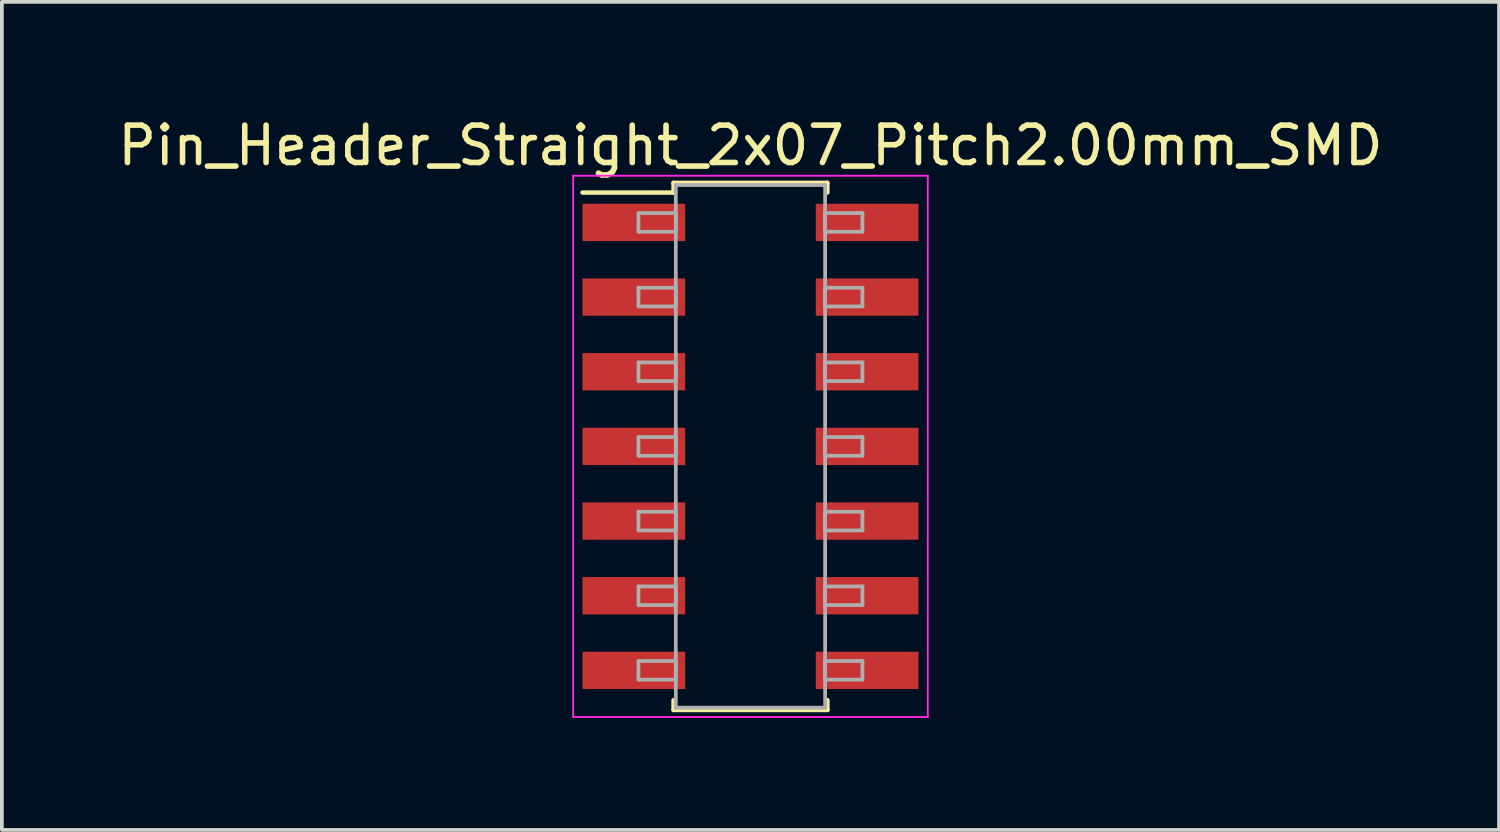
<source format=kicad_pcb>
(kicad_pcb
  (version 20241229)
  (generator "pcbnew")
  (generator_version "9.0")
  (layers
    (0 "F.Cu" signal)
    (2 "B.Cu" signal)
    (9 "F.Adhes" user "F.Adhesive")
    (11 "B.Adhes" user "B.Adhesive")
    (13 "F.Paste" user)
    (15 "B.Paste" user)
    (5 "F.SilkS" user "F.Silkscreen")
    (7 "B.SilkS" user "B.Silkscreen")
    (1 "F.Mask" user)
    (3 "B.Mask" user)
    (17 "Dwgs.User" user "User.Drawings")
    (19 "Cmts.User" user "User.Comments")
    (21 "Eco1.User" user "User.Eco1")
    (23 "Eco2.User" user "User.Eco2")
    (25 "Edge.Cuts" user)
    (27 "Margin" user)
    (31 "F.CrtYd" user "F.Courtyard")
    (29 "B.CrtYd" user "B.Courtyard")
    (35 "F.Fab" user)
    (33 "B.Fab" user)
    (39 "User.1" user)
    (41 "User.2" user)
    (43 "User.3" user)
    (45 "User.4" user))
  (footprint "Pin_Header_Straight_2x07_Pitch2.00mm_SMD"
    (layer "F.Cu")
    (at 17.054 8.908)
    (property "Reference" "Pin_Header_Straight_2x07_Pitch2.00mm_SMD" (at 0 -8.06 0) (layer "F.SilkS") (effects (font (size 1 1) (thickness 0.15))))
    (attr smd)
    (fp_line (start -4.5 -6.8) (end -2.06 -6.8) (stroke (width 0.12) (type solid)) (layer "F.SilkS"))
    (fp_line (start -2.06 -7.06) (end 2.06 -7.06) (stroke (width 0.12) (type solid)) (layer "F.SilkS"))
    (fp_line (start -2.06 -6.8) (end -2.06 -7.06) (stroke (width 0.12) (type solid)) (layer "F.SilkS"))
    (fp_line (start -2.06 6.8) (end -2.06 7.06) (stroke (width 0.12) (type solid)) (layer "F.SilkS"))
    (fp_line (start -2.06 7.06) (end 2.06 7.06) (stroke (width 0.12) (type solid)) (layer "F.SilkS"))
    (fp_line (start 2.06 -7.06) (end 2.06 -6.8) (stroke (width 0.12) (type solid)) (layer "F.SilkS"))
    (fp_line (start 2.06 7.06) (end 2.06 6.8) (stroke (width 0.12) (type solid)) (layer "F.SilkS"))
    (fp_line (start -4.75 -7.25) (end -4.75 7.25) (stroke (width 0.05) (type solid)) (layer "F.CrtYd"))
    (fp_line (start -4.75 7.25) (end 4.75 7.25) (stroke (width 0.05) (type solid)) (layer "F.CrtYd"))
    (fp_line (start 4.75 -7.25) (end -4.75 -7.25) (stroke (width 0.05) (type solid)) (layer "F.CrtYd"))
    (fp_line (start 4.75 7.25) (end 4.75 -7.25) (stroke (width 0.05) (type solid)) (layer "F.CrtYd"))
    (fp_line (start -3 -6.25) (end -2 -6.25) (stroke (width 0.1) (type solid)) (layer "F.Fab"))
    (fp_line (start -3 -5.75) (end -3 -6.25) (stroke (width 0.1) (type solid)) (layer "F.Fab"))
    (fp_line (start -3 -4.25) (end -2 -4.25) (stroke (width 0.1) (type solid)) (layer "F.Fab"))
    (fp_line (start -3 -3.75) (end -3 -4.25) (stroke (width 0.1) (type solid)) (layer "F.Fab"))
    (fp_line (start -3 -2.25) (end -2 -2.25) (stroke (width 0.1) (type solid)) (layer "F.Fab"))
    (fp_line (start -3 -1.75) (end -3 -2.25) (stroke (width 0.1) (type solid)) (layer "F.Fab"))
    (fp_line (start -3 -0.25) (end -2 -0.25) (stroke (width 0.1) (type solid)) (layer "F.Fab"))
    (fp_line (start -3 0.25) (end -3 -0.25) (stroke (width 0.1) (type solid)) (layer "F.Fab"))
    (fp_line (start -3 1.75) (end -2 1.75) (stroke (width 0.1) (type solid)) (layer "F.Fab"))
    (fp_line (start -3 2.25) (end -3 1.75) (stroke (width 0.1) (type solid)) (layer "F.Fab"))
    (fp_line (start -3 3.75) (end -2 3.75) (stroke (width 0.1) (type solid)) (layer "F.Fab"))
    (fp_line (start -3 4.25) (end -3 3.75) (stroke (width 0.1) (type solid)) (layer "F.Fab"))
    (fp_line (start -3 5.75) (end -2 5.75) (stroke (width 0.1) (type solid)) (layer "F.Fab"))
    (fp_line (start -3 6.25) (end -3 5.75) (stroke (width 0.1) (type solid)) (layer "F.Fab"))
    (fp_line (start -2 -7) (end -2 7) (stroke (width 0.1) (type solid)) (layer "F.Fab"))
    (fp_line (start -2 -6.25) (end -2 -5.75) (stroke (width 0.1) (type solid)) (layer "F.Fab"))
    (fp_line (start -2 -5.75) (end -3 -5.75) (stroke (width 0.1) (type solid)) (layer "F.Fab"))
    (fp_line (start -2 -4.25) (end -2 -3.75) (stroke (width 0.1) (type solid)) (layer "F.Fab"))
    (fp_line (start -2 -3.75) (end -3 -3.75) (stroke (width 0.1) (type solid)) (layer "F.Fab"))
    (fp_line (start -2 -2.25) (end -2 -1.75) (stroke (width 0.1) (type solid)) (layer "F.Fab"))
    (fp_line (start -2 -1.75) (end -3 -1.75) (stroke (width 0.1) (type solid)) (layer "F.Fab"))
    (fp_line (start -2 -0.25) (end -2 0.25) (stroke (width 0.1) (type solid)) (layer "F.Fab"))
    (fp_line (start -2 0.25) (end -3 0.25) (stroke (width 0.1) (type solid)) (layer "F.Fab"))
    (fp_line (start -2 1.75) (end -2 2.25) (stroke (width 0.1) (type solid)) (layer "F.Fab"))
    (fp_line (start -2 2.25) (end -3 2.25) (stroke (width 0.1) (type solid)) (layer "F.Fab"))
    (fp_line (start -2 3.75) (end -2 4.25) (stroke (width 0.1) (type solid)) (layer "F.Fab"))
    (fp_line (start -2 4.25) (end -3 4.25) (stroke (width 0.1) (type solid)) (layer "F.Fab"))
    (fp_line (start -2 5.75) (end -2 6.25) (stroke (width 0.1) (type solid)) (layer "F.Fab"))
    (fp_line (start -2 6.25) (end -3 6.25) (stroke (width 0.1) (type solid)) (layer "F.Fab"))
    (fp_line (start -2 7) (end 2 7) (stroke (width 0.1) (type solid)) (layer "F.Fab"))
    (fp_line (start 2 -7) (end -2 -7) (stroke (width 0.1) (type solid)) (layer "F.Fab"))
    (fp_line (start 2 -6.25) (end 2 -5.75) (stroke (width 0.1) (type solid)) (layer "F.Fab"))
    (fp_line (start 2 -5.75) (end 3 -5.75) (stroke (width 0.1) (type solid)) (layer "F.Fab"))
    (fp_line (start 2 -4.25) (end 2 -3.75) (stroke (width 0.1) (type solid)) (layer "F.Fab"))
    (fp_line (start 2 -3.75) (end 3 -3.75) (stroke (width 0.1) (type solid)) (layer "F.Fab"))
    (fp_line (start 2 -2.25) (end 2 -1.75) (stroke (width 0.1) (type solid)) (layer "F.Fab"))
    (fp_line (start 2 -1.75) (end 3 -1.75) (stroke (width 0.1) (type solid)) (layer "F.Fab"))
    (fp_line (start 2 -0.25) (end 2 0.25) (stroke (width 0.1) (type solid)) (layer "F.Fab"))
    (fp_line (start 2 0.25) (end 3 0.25) (stroke (width 0.1) (type solid)) (layer "F.Fab"))
    (fp_line (start 2 1.75) (end 2 2.25) (stroke (width 0.1) (type solid)) (layer "F.Fab"))
    (fp_line (start 2 2.25) (end 3 2.25) (stroke (width 0.1) (type solid)) (layer "F.Fab"))
    (fp_line (start 2 3.75) (end 2 4.25) (stroke (width 0.1) (type solid)) (layer "F.Fab"))
    (fp_line (start 2 4.25) (end 3 4.25) (stroke (width 0.1) (type solid)) (layer "F.Fab"))
    (fp_line (start 2 5.75) (end 2 6.25) (stroke (width 0.1) (type solid)) (layer "F.Fab"))
    (fp_line (start 2 6.25) (end 3 6.25) (stroke (width 0.1) (type solid)) (layer "F.Fab"))
    (fp_line (start 2 7) (end 2 -7) (stroke (width 0.1) (type solid)) (layer "F.Fab"))
    (fp_line (start 3 -6.25) (end 2 -6.25) (stroke (width 0.1) (type solid)) (layer "F.Fab"))
    (fp_line (start 3 -5.75) (end 3 -6.25) (stroke (width 0.1) (type solid)) (layer "F.Fab"))
    (fp_line (start 3 -4.25) (end 2 -4.25) (stroke (width 0.1) (type solid)) (layer "F.Fab"))
    (fp_line (start 3 -3.75) (end 3 -4.25) (stroke (width 0.1) (type solid)) (layer "F.Fab"))
    (fp_line (start 3 -2.25) (end 2 -2.25) (stroke (width 0.1) (type solid)) (layer "F.Fab"))
    (fp_line (start 3 -1.75) (end 3 -2.25) (stroke (width 0.1) (type solid)) (layer "F.Fab"))
    (fp_line (start 3 -0.25) (end 2 -0.25) (stroke (width 0.1) (type solid)) (layer "F.Fab"))
    (fp_line (start 3 0.25) (end 3 -0.25) (stroke (width 0.1) (type solid)) (layer "F.Fab"))
    (fp_line (start 3 1.75) (end 2 1.75) (stroke (width 0.1) (type solid)) (layer "F.Fab"))
    (fp_line (start 3 2.25) (end 3 1.75) (stroke (width 0.1) (type solid)) (layer "F.Fab"))
    (fp_line (start 3 3.75) (end 2 3.75) (stroke (width 0.1) (type solid)) (layer "F.Fab"))
    (fp_line (start 3 4.25) (end 3 3.75) (stroke (width 0.1) (type solid)) (layer "F.Fab"))
    (fp_line (start 3 5.75) (end 2 5.75) (stroke (width 0.1) (type solid)) (layer "F.Fab"))
    (fp_line (start 3 6.25) (end 3 5.75) (stroke (width 0.1) (type solid)) (layer "F.Fab"))
    (pad "1" smd rect (at -3.125 -6) (size 2.75 1) (layers "F.Cu" "F.Mask"))
    (pad "2" smd rect (at 3.125 -6) (size 2.75 1) (layers "F.Cu" "F.Mask"))
    (pad "3" smd rect (at -3.125 -4) (size 2.75 1) (layers "F.Cu" "F.Mask"))
    (pad "4" smd rect (at 3.125 -4) (size 2.75 1) (layers "F.Cu" "F.Mask"))
    (pad "5" smd rect (at -3.125 -2) (size 2.75 1) (layers "F.Cu" "F.Mask"))
    (pad "6" smd rect (at 3.125 -2) (size 2.75 1) (layers "F.Cu" "F.Mask"))
    (pad "7" smd rect (at -3.125 0) (size 2.75 1) (layers "F.Cu" "F.Mask"))
    (pad "8" smd rect (at 3.125 0) (size 2.75 1) (layers "F.Cu" "F.Mask"))
    (pad "9" smd rect (at -3.125 2) (size 2.75 1) (layers "F.Cu" "F.Mask"))
    (pad "10" smd rect (at 3.125 2) (size 2.75 1) (layers "F.Cu" "F.Mask"))
    (pad "11" smd rect (at -3.125 4) (size 2.75 1) (layers "F.Cu" "F.Mask"))
    (pad "12" smd rect (at 3.125 4) (size 2.75 1) (layers "F.Cu" "F.Mask"))
    (pad "13" smd rect (at -3.125 6) (size 2.75 1) (layers "F.Cu" "F.Mask"))
    (pad "14" smd rect (at 3.125 6) (size 2.75 1) (layers "F.Cu" "F.Mask")))
  (gr_rect
    (start -3 -3)
    (end 37.107 19.183)
    (stroke (width 0.1) (type default))
    (fill no)
    (layer "Edge.Cuts")))
</source>
